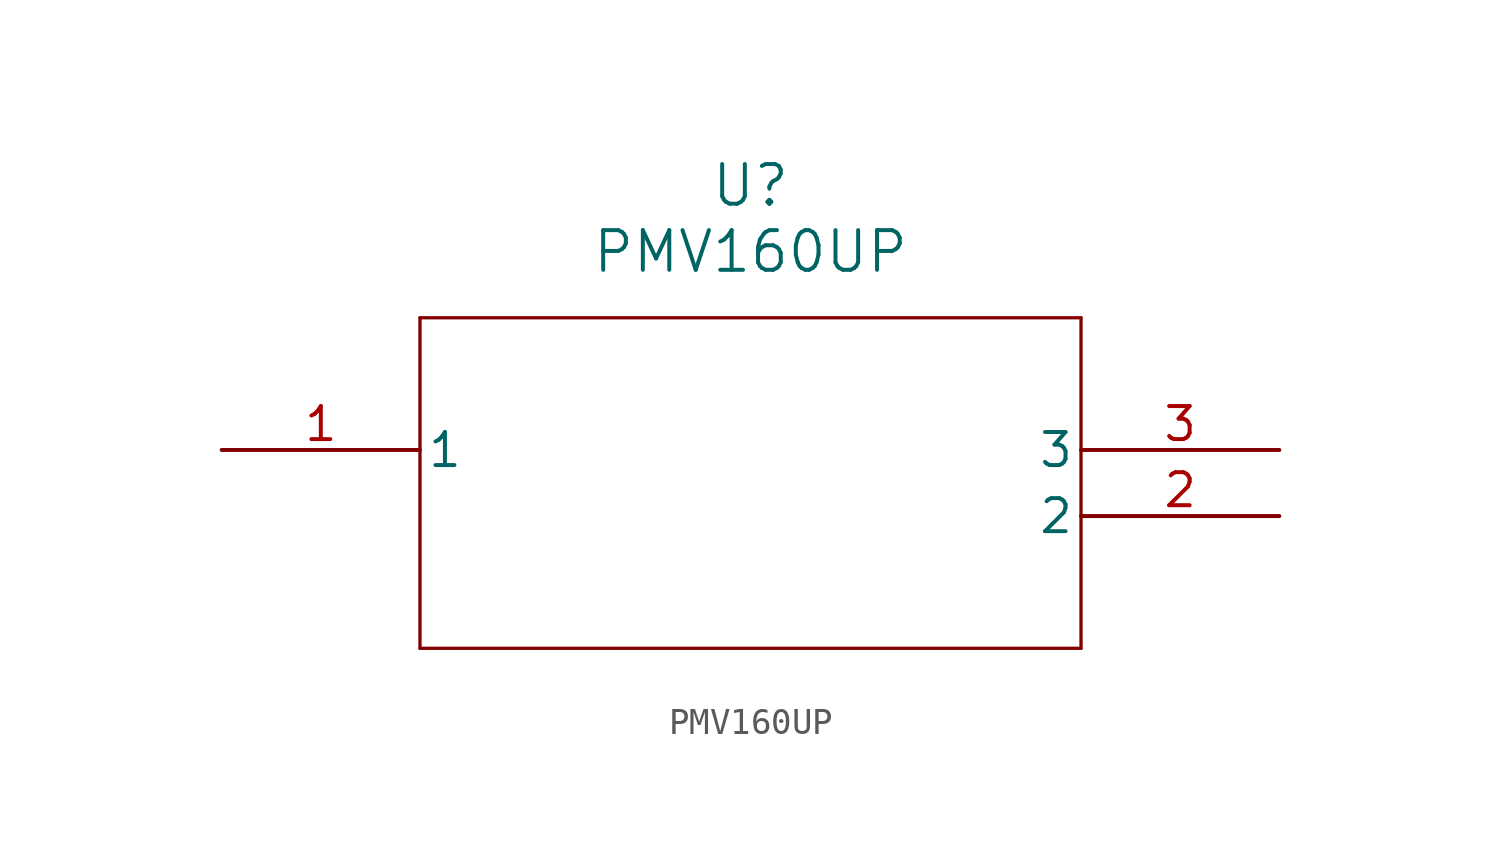
<source format=kicad_sym>
(kicad_symbol_lib
  (version 20211014)
  (generator kicad_symbol_editor)
  (symbol "PMV160UP"
    (pin_names
      (offset 0.254))
    (property "Reference" "U"
      (at 20.32 10.16 0)
      (effects (font (size 1.524 1.524))))
    (property "Value" "PMV160UP"
      (at 20.32 7.62 0)
      (effects (font (size 1.524 1.524))))
    (symbol "PMV160UP_0_1"
      (polyline (pts (xy 7.62 5.08) (xy 7.62 -7.62)) (stroke (width 0.127) (type default) (color 0 0 0 0)) (fill (type none)))
      (polyline (pts (xy 7.62 -7.62) (xy 33.02 -7.62)) (stroke (width 0.127) (type default) (color 0 0 0 0)) (fill (type none)))
      (polyline (pts (xy 33.02 -7.62) (xy 33.02 5.08)) (stroke (width 0.127) (type default) (color 0 0 0 0)) (fill (type none)))
      (polyline (pts (xy 33.02 5.08) (xy 7.62 5.08)) (stroke (width 0.127) (type default) (color 0 0 0 0)) (fill (type none)))
      (pin unspecified line (at 0 0 0) (length 7.62) (name "1" (effects (font (size 1.27 1.27)))) (number "1" (effects (font (size 1.27 1.27)))))
      (pin unspecified line (at 40.64 -2.54 180) (length 7.62) (name "2" (effects (font (size 1.27 1.27)))) (number "2" (effects (font (size 1.27 1.27)))))
      (pin unspecified line (at 40.64 0 180) (length 7.62) (name "3" (effects (font (size 1.27 1.27)))) (number "3" (effects (font (size 1.27 1.27))))))))
</source>
